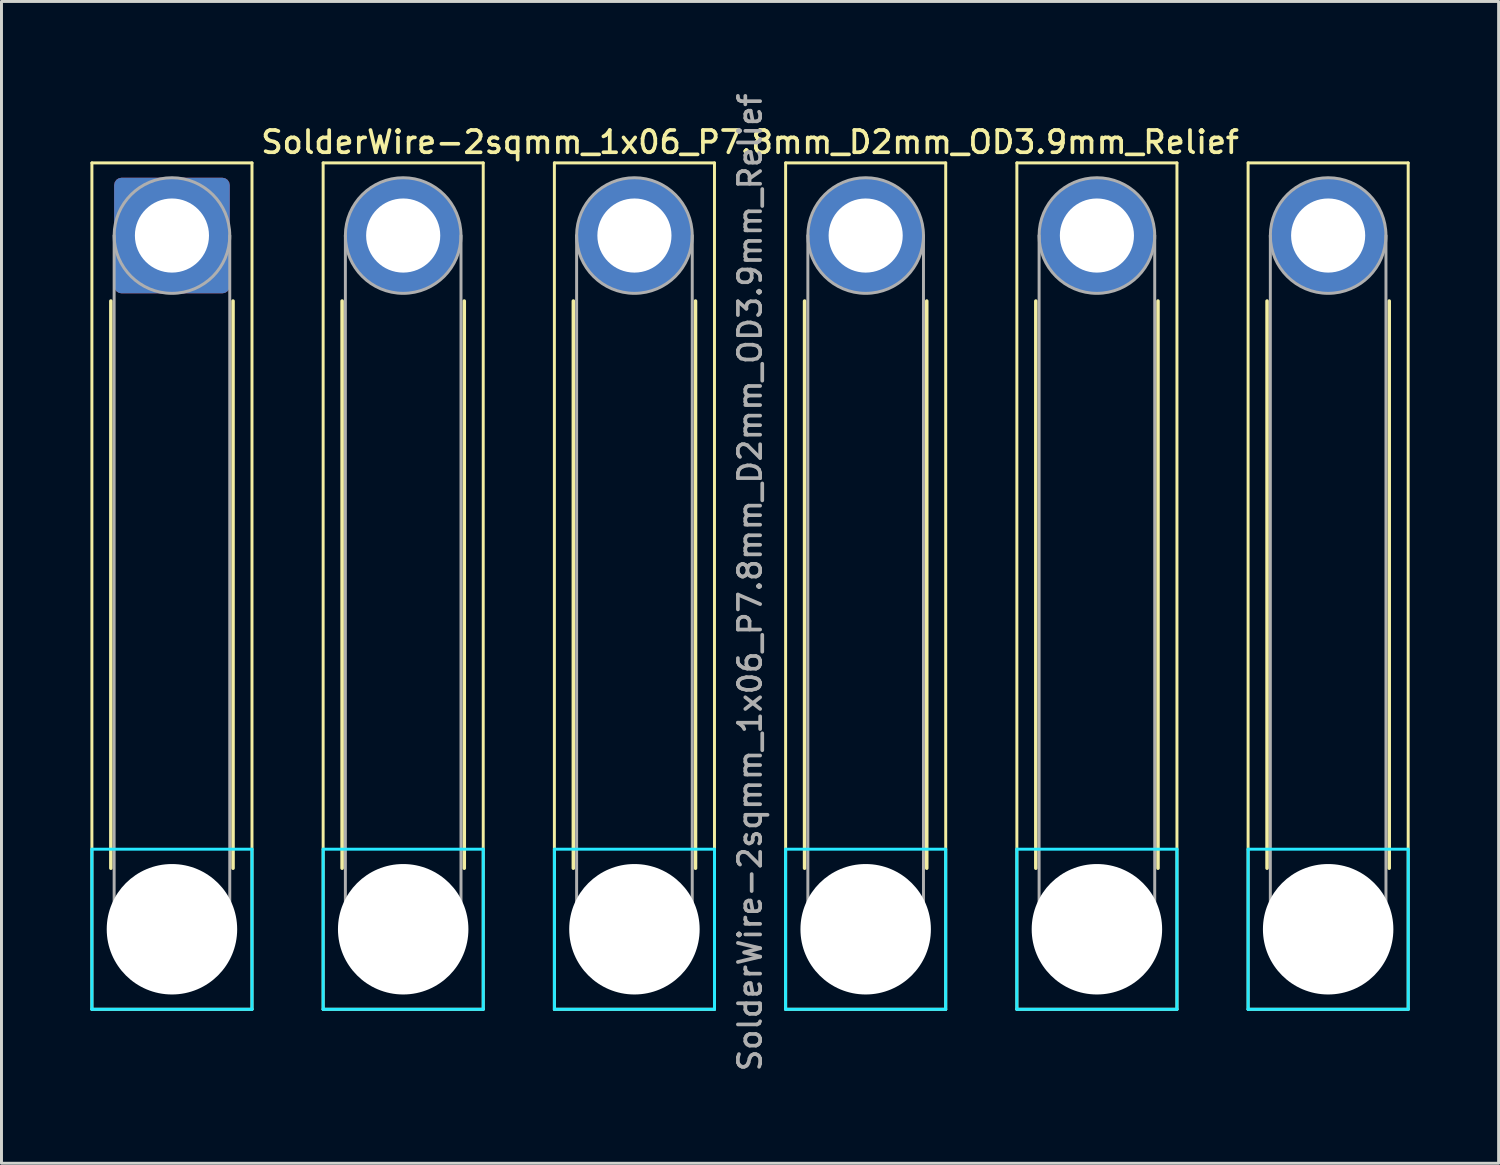
<source format=kicad_pcb>
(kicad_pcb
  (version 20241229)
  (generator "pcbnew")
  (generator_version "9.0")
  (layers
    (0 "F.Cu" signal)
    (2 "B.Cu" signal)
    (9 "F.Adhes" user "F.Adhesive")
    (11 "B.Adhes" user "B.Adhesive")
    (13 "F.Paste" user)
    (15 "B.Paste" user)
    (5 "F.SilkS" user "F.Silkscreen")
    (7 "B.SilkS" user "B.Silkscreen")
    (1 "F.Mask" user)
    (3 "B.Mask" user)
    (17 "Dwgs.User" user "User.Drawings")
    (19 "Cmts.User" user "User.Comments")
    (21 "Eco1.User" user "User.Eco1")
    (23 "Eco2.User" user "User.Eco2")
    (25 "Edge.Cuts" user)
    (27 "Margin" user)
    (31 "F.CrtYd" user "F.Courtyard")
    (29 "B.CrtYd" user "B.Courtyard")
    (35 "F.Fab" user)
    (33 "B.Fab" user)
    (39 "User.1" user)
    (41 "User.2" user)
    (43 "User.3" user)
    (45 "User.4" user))
  (footprint "SolderWire-2sqmm_1x06_P7.8mm_D2mm_OD3.9mm_Relief"
    (layer "F.Cu")
    (at 2.75 4.895)
    (property "Reference" "SolderWire-2sqmm_1x06_P7.8mm_D2mm_OD3.9mm_Relief" (at 19.5 -3.15 0) (layer "F.SilkS") (effects (font (size 0.75 0.75) (thickness 0.125))))
    (attr exclude_from_pos_files exclude_from_bom)
    (fp_line (start -2.7 -2.45) (end -2.7 26.1) (stroke (width 0.1) (type solid)) (layer "F.SilkS"))
    (fp_line (start -2.7 26.1) (end 2.7 26.1) (stroke (width 0.1) (type solid)) (layer "F.SilkS"))
    (fp_line (start -2.06 2.21) (end -2.06 21.34) (stroke (width 0.12) (type solid)) (layer "F.SilkS"))
    (fp_line (start 2.06 2.21) (end 2.06 21.34) (stroke (width 0.12) (type solid)) (layer "F.SilkS"))
    (fp_line (start 2.7 -2.45) (end -2.7 -2.45) (stroke (width 0.1) (type solid)) (layer "F.SilkS"))
    (fp_line (start 2.7 26.1) (end 2.7 -2.45) (stroke (width 0.1) (type solid)) (layer "F.SilkS"))
    (fp_line (start 5.1 -2.45) (end 5.1 26.1) (stroke (width 0.1) (type solid)) (layer "F.SilkS"))
    (fp_line (start 5.1 26.1) (end 10.5 26.1) (stroke (width 0.1) (type solid)) (layer "F.SilkS"))
    (fp_line (start 5.74 2.21) (end 5.74 21.34) (stroke (width 0.12) (type solid)) (layer "F.SilkS"))
    (fp_line (start 9.86 2.21) (end 9.86 21.34) (stroke (width 0.12) (type solid)) (layer "F.SilkS"))
    (fp_line (start 10.5 -2.45) (end 5.1 -2.45) (stroke (width 0.1) (type solid)) (layer "F.SilkS"))
    (fp_line (start 10.5 26.1) (end 10.5 -2.45) (stroke (width 0.1) (type solid)) (layer "F.SilkS"))
    (fp_line (start 12.9 -2.45) (end 12.9 26.1) (stroke (width 0.1) (type solid)) (layer "F.SilkS"))
    (fp_line (start 12.9 26.1) (end 18.3 26.1) (stroke (width 0.1) (type solid)) (layer "F.SilkS"))
    (fp_line (start 13.54 2.21) (end 13.54 21.34) (stroke (width 0.12) (type solid)) (layer "F.SilkS"))
    (fp_line (start 17.66 2.21) (end 17.66 21.34) (stroke (width 0.12) (type solid)) (layer "F.SilkS"))
    (fp_line (start 18.3 -2.45) (end 12.9 -2.45) (stroke (width 0.1) (type solid)) (layer "F.SilkS"))
    (fp_line (start 18.3 26.1) (end 18.3 -2.45) (stroke (width 0.1) (type solid)) (layer "F.SilkS"))
    (fp_line (start 20.7 -2.45) (end 20.7 26.1) (stroke (width 0.1) (type solid)) (layer "F.SilkS"))
    (fp_line (start 20.7 26.1) (end 26.1 26.1) (stroke (width 0.1) (type solid)) (layer "F.SilkS"))
    (fp_line (start 21.34 2.21) (end 21.34 21.34) (stroke (width 0.12) (type solid)) (layer "F.SilkS"))
    (fp_line (start 25.46 2.21) (end 25.46 21.34) (stroke (width 0.12) (type solid)) (layer "F.SilkS"))
    (fp_line (start 26.1 -2.45) (end 20.7 -2.45) (stroke (width 0.1) (type solid)) (layer "F.SilkS"))
    (fp_line (start 26.1 26.1) (end 26.1 -2.45) (stroke (width 0.1) (type solid)) (layer "F.SilkS"))
    (fp_line (start 28.5 -2.45) (end 28.5 26.1) (stroke (width 0.1) (type solid)) (layer "F.SilkS"))
    (fp_line (start 28.5 26.1) (end 33.9 26.1) (stroke (width 0.1) (type solid)) (layer "F.SilkS"))
    (fp_line (start 29.14 2.21) (end 29.14 21.34) (stroke (width 0.12) (type solid)) (layer "F.SilkS"))
    (fp_line (start 33.26 2.21) (end 33.26 21.34) (stroke (width 0.12) (type solid)) (layer "F.SilkS"))
    (fp_line (start 33.9 -2.45) (end 28.5 -2.45) (stroke (width 0.1) (type solid)) (layer "F.SilkS"))
    (fp_line (start 33.9 26.1) (end 33.9 -2.45) (stroke (width 0.1) (type solid)) (layer "F.SilkS"))
    (fp_line (start 36.3 -2.45) (end 36.3 26.1) (stroke (width 0.1) (type solid)) (layer "F.SilkS"))
    (fp_line (start 36.3 26.1) (end 41.7 26.1) (stroke (width 0.1) (type solid)) (layer "F.SilkS"))
    (fp_line (start 36.94 2.21) (end 36.94 21.34) (stroke (width 0.12) (type solid)) (layer "F.SilkS"))
    (fp_line (start 41.06 2.21) (end 41.06 21.34) (stroke (width 0.12) (type solid)) (layer "F.SilkS"))
    (fp_line (start 41.7 -2.45) (end 36.3 -2.45) (stroke (width 0.1) (type solid)) (layer "F.SilkS"))
    (fp_line (start 41.7 26.1) (end 41.7 -2.45) (stroke (width 0.1) (type solid)) (layer "F.SilkS"))
    (fp_line (start -2.7 20.7) (end -2.7 26.1) (stroke (width 0.1) (type solid)) (layer "B.CrtYd"))
    (fp_line (start -2.7 26.1) (end 2.7 26.1) (stroke (width 0.1) (type solid)) (layer "B.CrtYd"))
    (fp_line (start 2.7 20.7) (end -2.7 20.7) (stroke (width 0.1) (type solid)) (layer "B.CrtYd"))
    (fp_line (start 2.7 26.1) (end 2.7 20.7) (stroke (width 0.1) (type solid)) (layer "B.CrtYd"))
    (fp_line (start 5.1 20.7) (end 5.1 26.1) (stroke (width 0.1) (type solid)) (layer "B.CrtYd"))
    (fp_line (start 5.1 26.1) (end 10.5 26.1) (stroke (width 0.1) (type solid)) (layer "B.CrtYd"))
    (fp_line (start 10.5 20.7) (end 5.1 20.7) (stroke (width 0.1) (type solid)) (layer "B.CrtYd"))
    (fp_line (start 10.5 26.1) (end 10.5 20.7) (stroke (width 0.1) (type solid)) (layer "B.CrtYd"))
    (fp_line (start 12.9 20.7) (end 12.9 26.1) (stroke (width 0.1) (type solid)) (layer "B.CrtYd"))
    (fp_line (start 12.9 26.1) (end 18.3 26.1) (stroke (width 0.1) (type solid)) (layer "B.CrtYd"))
    (fp_line (start 18.3 20.7) (end 12.9 20.7) (stroke (width 0.1) (type solid)) (layer "B.CrtYd"))
    (fp_line (start 18.3 26.1) (end 18.3 20.7) (stroke (width 0.1) (type solid)) (layer "B.CrtYd"))
    (fp_line (start 20.7 20.7) (end 20.7 26.1) (stroke (width 0.1) (type solid)) (layer "B.CrtYd"))
    (fp_line (start 20.7 26.1) (end 26.1 26.1) (stroke (width 0.1) (type solid)) (layer "B.CrtYd"))
    (fp_line (start 26.1 20.7) (end 20.7 20.7) (stroke (width 0.1) (type solid)) (layer "B.CrtYd"))
    (fp_line (start 26.1 26.1) (end 26.1 20.7) (stroke (width 0.1) (type solid)) (layer "B.CrtYd"))
    (fp_line (start 28.5 20.7) (end 28.5 26.1) (stroke (width 0.1) (type solid)) (layer "B.CrtYd"))
    (fp_line (start 28.5 26.1) (end 33.9 26.1) (stroke (width 0.1) (type solid)) (layer "B.CrtYd"))
    (fp_line (start 33.9 20.7) (end 28.5 20.7) (stroke (width 0.1) (type solid)) (layer "B.CrtYd"))
    (fp_line (start 33.9 26.1) (end 33.9 20.7) (stroke (width 0.1) (type solid)) (layer "B.CrtYd"))
    (fp_line (start 36.3 20.7) (end 36.3 26.1) (stroke (width 0.1) (type solid)) (layer "B.CrtYd"))
    (fp_line (start 36.3 26.1) (end 41.7 26.1) (stroke (width 0.1) (type solid)) (layer "B.CrtYd"))
    (fp_line (start 41.7 20.7) (end 36.3 20.7) (stroke (width 0.1) (type solid)) (layer "B.CrtYd"))
    (fp_line (start 41.7 26.1) (end 41.7 20.7) (stroke (width 0.1) (type solid)) (layer "B.CrtYd"))
    (fp_line (start -1.95 0) (end -1.95 23.4) (stroke (width 0.1) (type solid)) (layer "F.Fab"))
    (fp_line (start 1.95 0) (end 1.95 23.4) (stroke (width 0.1) (type solid)) (layer "F.Fab"))
    (fp_line (start 5.85 0) (end 5.85 23.4) (stroke (width 0.1) (type solid)) (layer "F.Fab"))
    (fp_line (start 9.75 0) (end 9.75 23.4) (stroke (width 0.1) (type solid)) (layer "F.Fab"))
    (fp_line (start 13.65 0) (end 13.65 23.4) (stroke (width 0.1) (type solid)) (layer "F.Fab"))
    (fp_line (start 17.55 0) (end 17.55 23.4) (stroke (width 0.1) (type solid)) (layer "F.Fab"))
    (fp_line (start 21.45 0) (end 21.45 23.4) (stroke (width 0.1) (type solid)) (layer "F.Fab"))
    (fp_line (start 25.35 0) (end 25.35 23.4) (stroke (width 0.1) (type solid)) (layer "F.Fab"))
    (fp_line (start 29.25 0) (end 29.25 23.4) (stroke (width 0.1) (type solid)) (layer "F.Fab"))
    (fp_line (start 33.15 0) (end 33.15 23.4) (stroke (width 0.1) (type solid)) (layer "F.Fab"))
    (fp_line (start 37.05 0) (end 37.05 23.4) (stroke (width 0.1) (type solid)) (layer "F.Fab"))
    (fp_line (start 40.95 0) (end 40.95 23.4) (stroke (width 0.1) (type solid)) (layer "F.Fab"))
    (fp_circle (center 0 0) (end 1.95 0) (stroke (width 0.1) (type solid)) (fill no) (layer "F.Fab"))
    (fp_circle (center 0 23.4) (end 1.95 23.4) (stroke (width 0.1) (type solid)) (fill no) (layer "F.Fab"))
    (fp_circle (center 7.8 0) (end 9.75 0) (stroke (width 0.1) (type solid)) (fill no) (layer "F.Fab"))
    (fp_circle (center 7.8 23.4) (end 9.75 23.4) (stroke (width 0.1) (type solid)) (fill no) (layer "F.Fab"))
    (fp_circle (center 15.6 0) (end 17.55 0) (stroke (width 0.1) (type solid)) (fill no) (layer "F.Fab"))
    (fp_circle (center 15.6 23.4) (end 17.55 23.4) (stroke (width 0.1) (type solid)) (fill no) (layer "F.Fab"))
    (fp_circle (center 23.4 0) (end 25.35 0) (stroke (width 0.1) (type solid)) (fill no) (layer "F.Fab"))
    (fp_circle (center 23.4 23.4) (end 25.35 23.4) (stroke (width 0.1) (type solid)) (fill no) (layer "F.Fab"))
    (fp_circle (center 31.2 0) (end 33.15 0) (stroke (width 0.1) (type solid)) (fill no) (layer "F.Fab"))
    (fp_circle (center 31.2 23.4) (end 33.15 23.4) (stroke (width 0.1) (type solid)) (fill no) (layer "F.Fab"))
    (fp_circle (center 39 0) (end 40.95 0) (stroke (width 0.1) (type solid)) (fill no) (layer "F.Fab"))
    (fp_circle (center 39 23.4) (end 40.95 23.4) (stroke (width 0.1) (type solid)) (fill no) (layer "F.Fab"))
    (fp_text user "${REFERENCE}" (at 19.5 11.7 90) (layer "F.Fab") (effects (font (size 0.75 0.75) (thickness 0.125))))
    (pad "" np_thru_hole circle (at 0 23.4) (size 4.4 4.4) (drill 4.4) (layers "*.Cu" "*.Mask"))
    (pad "" np_thru_hole circle (at 7.8 23.4) (size 4.4 4.4) (drill 4.4) (layers "*.Cu" "*.Mask"))
    (pad "" np_thru_hole circle (at 15.6 23.4) (size 4.4 4.4) (drill 4.4) (layers "*.Cu" "*.Mask"))
    (pad "" np_thru_hole circle (at 23.4 23.4) (size 4.4 4.4) (drill 4.4) (layers "*.Cu" "*.Mask"))
    (pad "" np_thru_hole circle (at 31.2 23.4) (size 4.4 4.4) (drill 4.4) (layers "*.Cu" "*.Mask"))
    (pad "" np_thru_hole circle (at 39 23.4) (size 4.4 4.4) (drill 4.4) (layers "*.Cu" "*.Mask"))
    (pad "1" thru_hole roundrect (at 0 0) (size 3.9 3.9) (drill 2.5) (layers "*.Cu" "*.Mask") (roundrect_rratio 0.064))
    (pad "2" thru_hole circle (at 7.8 0) (size 3.9 3.9) (drill 2.5) (layers "*.Cu" "*.Mask"))
    (pad "3" thru_hole circle (at 15.6 0) (size 3.9 3.9) (drill 2.5) (layers "*.Cu" "*.Mask"))
    (pad "4" thru_hole circle (at 23.4 0) (size 3.9 3.9) (drill 2.5) (layers "*.Cu" "*.Mask"))
    (pad "5" thru_hole circle (at 31.2 0) (size 3.9 3.9) (drill 2.5) (layers "*.Cu" "*.Mask"))
    (pad "6" thru_hole circle (at 39 0) (size 3.9 3.9) (drill 2.5) (layers "*.Cu" "*.Mask")))
  (gr_rect
    (start -3 -3)
    (end 47.5 36.189)
    (stroke (width 0.1) (type default))
    (fill no)
    (layer "Edge.Cuts")))
</source>
